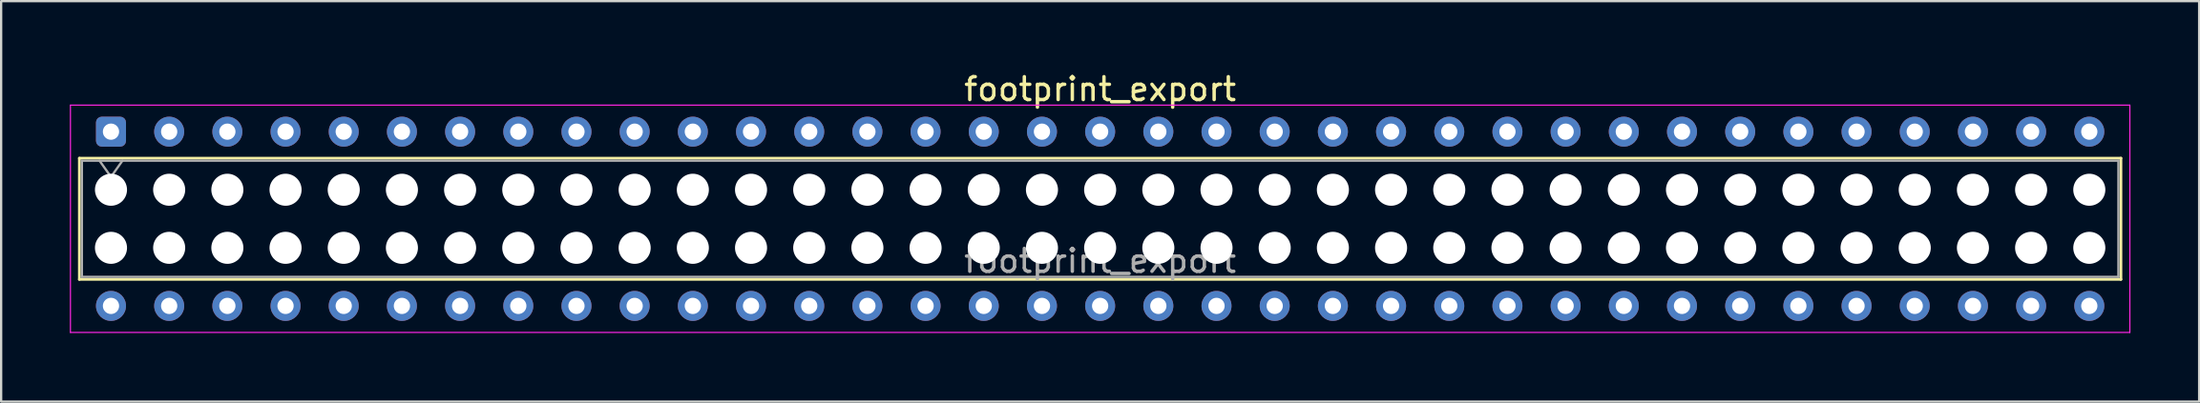
<source format=kicad_pcb>
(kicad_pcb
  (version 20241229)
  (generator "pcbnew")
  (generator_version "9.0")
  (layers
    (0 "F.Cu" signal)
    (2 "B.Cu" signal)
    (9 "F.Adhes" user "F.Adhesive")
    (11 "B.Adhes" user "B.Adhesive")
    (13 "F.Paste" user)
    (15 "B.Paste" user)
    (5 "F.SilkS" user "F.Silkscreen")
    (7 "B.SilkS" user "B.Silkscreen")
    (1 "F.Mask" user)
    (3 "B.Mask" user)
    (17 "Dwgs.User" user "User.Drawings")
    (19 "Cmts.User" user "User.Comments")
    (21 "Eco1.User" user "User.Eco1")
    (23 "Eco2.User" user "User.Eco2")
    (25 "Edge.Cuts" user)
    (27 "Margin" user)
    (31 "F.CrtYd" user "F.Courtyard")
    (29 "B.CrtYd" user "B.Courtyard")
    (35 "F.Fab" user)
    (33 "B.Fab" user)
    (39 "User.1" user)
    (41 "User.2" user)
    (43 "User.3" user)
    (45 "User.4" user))
  (footprint "footprint_export"
    (layer "F.Cu")
    (at 1.795 2.708)
    (property "Reference" "footprint_export" (at 43.18 -1.86 0) (layer "F.SilkS") (effects (font (size 1 1) (thickness 0.15))))
    (attr through_hole)
    (fp_line (start -1.38 1.16) (end 87.74 1.16) (stroke (width 0.12) (type solid)) (layer "F.SilkS"))
    (fp_line (start -1.38 6.46) (end -1.38 1.16) (stroke (width 0.12) (type solid)) (layer "F.SilkS"))
    (fp_line (start 87.74 1.16) (end 87.74 6.46) (stroke (width 0.12) (type solid)) (layer "F.SilkS"))
    (fp_line (start 87.74 6.46) (end -1.38 6.46) (stroke (width 0.12) (type solid)) (layer "F.SilkS"))
    (fp_line (start -1.77 -1.16) (end 88.13 -1.16) (stroke (width 0.05) (type solid)) (layer "F.CrtYd"))
    (fp_line (start -1.77 8.78) (end -1.77 -1.16) (stroke (width 0.05) (type solid)) (layer "F.CrtYd"))
    (fp_line (start 88.13 -1.16) (end 88.13 8.78) (stroke (width 0.05) (type solid)) (layer "F.CrtYd"))
    (fp_line (start 88.13 8.78) (end -1.77 8.78) (stroke (width 0.05) (type solid)) (layer "F.CrtYd"))
    (fp_line (start -1.27 1.27) (end 87.63 1.27) (stroke (width 0.1) (type solid)) (layer "F.Fab"))
    (fp_line (start -1.27 6.35) (end -1.27 1.27) (stroke (width 0.1) (type solid)) (layer "F.Fab"))
    (fp_line (start -0.5 1.27) (end 0 1.977) (stroke (width 0.1) (type solid)) (layer "F.Fab"))
    (fp_line (start 0 1.977) (end 0.5 1.27) (stroke (width 0.1) (type solid)) (layer "F.Fab"))
    (fp_line (start 87.63 1.27) (end 87.63 6.35) (stroke (width 0.1) (type solid)) (layer "F.Fab"))
    (fp_line (start 87.63 6.35) (end -1.27 6.35) (stroke (width 0.1) (type solid)) (layer "F.Fab"))
    (fp_text user "${REFERENCE}" (at 43.18 5.65 0) (layer "F.Fab") (effects (font (size 1 1) (thickness 0.15))))
    (pad "" np_thru_hole circle (at 0 2.54) (size 1.4 1.4) (drill 1.4) (layers "*.Cu" "*.Mask"))
    (pad "" np_thru_hole circle (at 0 5.08) (size 1.4 1.4) (drill 1.4) (layers "*.Cu" "*.Mask"))
    (pad "" np_thru_hole circle (at 2.54 2.54) (size 1.4 1.4) (drill 1.4) (layers "*.Cu" "*.Mask"))
    (pad "" np_thru_hole circle (at 2.54 5.08) (size 1.4 1.4) (drill 1.4) (layers "*.Cu" "*.Mask"))
    (pad "" np_thru_hole circle (at 5.08 2.54) (size 1.4 1.4) (drill 1.4) (layers "*.Cu" "*.Mask"))
    (pad "" np_thru_hole circle (at 5.08 5.08) (size 1.4 1.4) (drill 1.4) (layers "*.Cu" "*.Mask"))
    (pad "" np_thru_hole circle (at 7.62 2.54) (size 1.4 1.4) (drill 1.4) (layers "*.Cu" "*.Mask"))
    (pad "" np_thru_hole circle (at 7.62 5.08) (size 1.4 1.4) (drill 1.4) (layers "*.Cu" "*.Mask"))
    (pad "" np_thru_hole circle (at 10.16 2.54) (size 1.4 1.4) (drill 1.4) (layers "*.Cu" "*.Mask"))
    (pad "" np_thru_hole circle (at 10.16 5.08) (size 1.4 1.4) (drill 1.4) (layers "*.Cu" "*.Mask"))
    (pad "" np_thru_hole circle (at 12.7 2.54) (size 1.4 1.4) (drill 1.4) (layers "*.Cu" "*.Mask"))
    (pad "" np_thru_hole circle (at 12.7 5.08) (size 1.4 1.4) (drill 1.4) (layers "*.Cu" "*.Mask"))
    (pad "" np_thru_hole circle (at 15.24 2.54) (size 1.4 1.4) (drill 1.4) (layers "*.Cu" "*.Mask"))
    (pad "" np_thru_hole circle (at 15.24 5.08) (size 1.4 1.4) (drill 1.4) (layers "*.Cu" "*.Mask"))
    (pad "" np_thru_hole circle (at 17.78 2.54) (size 1.4 1.4) (drill 1.4) (layers "*.Cu" "*.Mask"))
    (pad "" np_thru_hole circle (at 17.78 5.08) (size 1.4 1.4) (drill 1.4) (layers "*.Cu" "*.Mask"))
    (pad "" np_thru_hole circle (at 20.32 2.54) (size 1.4 1.4) (drill 1.4) (layers "*.Cu" "*.Mask"))
    (pad "" np_thru_hole circle (at 20.32 5.08) (size 1.4 1.4) (drill 1.4) (layers "*.Cu" "*.Mask"))
    (pad "" np_thru_hole circle (at 22.86 2.54) (size 1.4 1.4) (drill 1.4) (layers "*.Cu" "*.Mask"))
    (pad "" np_thru_hole circle (at 22.86 5.08) (size 1.4 1.4) (drill 1.4) (layers "*.Cu" "*.Mask"))
    (pad "" np_thru_hole circle (at 25.4 2.54) (size 1.4 1.4) (drill 1.4) (layers "*.Cu" "*.Mask"))
    (pad "" np_thru_hole circle (at 25.4 5.08) (size 1.4 1.4) (drill 1.4) (layers "*.Cu" "*.Mask"))
    (pad "" np_thru_hole circle (at 27.94 2.54) (size 1.4 1.4) (drill 1.4) (layers "*.Cu" "*.Mask"))
    (pad "" np_thru_hole circle (at 27.94 5.08) (size 1.4 1.4) (drill 1.4) (layers "*.Cu" "*.Mask"))
    (pad "" np_thru_hole circle (at 30.48 2.54) (size 1.4 1.4) (drill 1.4) (layers "*.Cu" "*.Mask"))
    (pad "" np_thru_hole circle (at 30.48 5.08) (size 1.4 1.4) (drill 1.4) (layers "*.Cu" "*.Mask"))
    (pad "" np_thru_hole circle (at 33.02 2.54) (size 1.4 1.4) (drill 1.4) (layers "*.Cu" "*.Mask"))
    (pad "" np_thru_hole circle (at 33.02 5.08) (size 1.4 1.4) (drill 1.4) (layers "*.Cu" "*.Mask"))
    (pad "" np_thru_hole circle (at 35.56 2.54) (size 1.4 1.4) (drill 1.4) (layers "*.Cu" "*.Mask"))
    (pad "" np_thru_hole circle (at 35.56 5.08) (size 1.4 1.4) (drill 1.4) (layers "*.Cu" "*.Mask"))
    (pad "" np_thru_hole circle (at 38.1 2.54) (size 1.4 1.4) (drill 1.4) (layers "*.Cu" "*.Mask"))
    (pad "" np_thru_hole circle (at 38.1 5.08) (size 1.4 1.4) (drill 1.4) (layers "*.Cu" "*.Mask"))
    (pad "" np_thru_hole circle (at 40.64 2.54) (size 1.4 1.4) (drill 1.4) (layers "*.Cu" "*.Mask"))
    (pad "" np_thru_hole circle (at 40.64 5.08) (size 1.4 1.4) (drill 1.4) (layers "*.Cu" "*.Mask"))
    (pad "" np_thru_hole circle (at 43.18 2.54) (size 1.4 1.4) (drill 1.4) (layers "*.Cu" "*.Mask"))
    (pad "" np_thru_hole circle (at 43.18 5.08) (size 1.4 1.4) (drill 1.4) (layers "*.Cu" "*.Mask"))
    (pad "" np_thru_hole circle (at 45.72 2.54) (size 1.4 1.4) (drill 1.4) (layers "*.Cu" "*.Mask"))
    (pad "" np_thru_hole circle (at 45.72 5.08) (size 1.4 1.4) (drill 1.4) (layers "*.Cu" "*.Mask"))
    (pad "" np_thru_hole circle (at 48.26 2.54) (size 1.4 1.4) (drill 1.4) (layers "*.Cu" "*.Mask"))
    (pad "" np_thru_hole circle (at 48.26 5.08) (size 1.4 1.4) (drill 1.4) (layers "*.Cu" "*.Mask"))
    (pad "" np_thru_hole circle (at 50.8 2.54) (size 1.4 1.4) (drill 1.4) (layers "*.Cu" "*.Mask"))
    (pad "" np_thru_hole circle (at 50.8 5.08) (size 1.4 1.4) (drill 1.4) (layers "*.Cu" "*.Mask"))
    (pad "" np_thru_hole circle (at 53.34 2.54) (size 1.4 1.4) (drill 1.4) (layers "*.Cu" "*.Mask"))
    (pad "" np_thru_hole circle (at 53.34 5.08) (size 1.4 1.4) (drill 1.4) (layers "*.Cu" "*.Mask"))
    (pad "" np_thru_hole circle (at 55.88 2.54) (size 1.4 1.4) (drill 1.4) (layers "*.Cu" "*.Mask"))
    (pad "" np_thru_hole circle (at 55.88 5.08) (size 1.4 1.4) (drill 1.4) (layers "*.Cu" "*.Mask"))
    (pad "" np_thru_hole circle (at 58.42 2.54) (size 1.4 1.4) (drill 1.4) (layers "*.Cu" "*.Mask"))
    (pad "" np_thru_hole circle (at 58.42 5.08) (size 1.4 1.4) (drill 1.4) (layers "*.Cu" "*.Mask"))
    (pad "" np_thru_hole circle (at 60.96 2.54) (size 1.4 1.4) (drill 1.4) (layers "*.Cu" "*.Mask"))
    (pad "" np_thru_hole circle (at 60.96 5.08) (size 1.4 1.4) (drill 1.4) (layers "*.Cu" "*.Mask"))
    (pad "" np_thru_hole circle (at 63.5 2.54) (size 1.4 1.4) (drill 1.4) (layers "*.Cu" "*.Mask"))
    (pad "" np_thru_hole circle (at 63.5 5.08) (size 1.4 1.4) (drill 1.4) (layers "*.Cu" "*.Mask"))
    (pad "" np_thru_hole circle (at 66.04 2.54) (size 1.4 1.4) (drill 1.4) (layers "*.Cu" "*.Mask"))
    (pad "" np_thru_hole circle (at 66.04 5.08) (size 1.4 1.4) (drill 1.4) (layers "*.Cu" "*.Mask"))
    (pad "" np_thru_hole circle (at 68.58 2.54) (size 1.4 1.4) (drill 1.4) (layers "*.Cu" "*.Mask"))
    (pad "" np_thru_hole circle (at 68.58 5.08) (size 1.4 1.4) (drill 1.4) (layers "*.Cu" "*.Mask"))
    (pad "" np_thru_hole circle (at 71.12 2.54) (size 1.4 1.4) (drill 1.4) (layers "*.Cu" "*.Mask"))
    (pad "" np_thru_hole circle (at 71.12 5.08) (size 1.4 1.4) (drill 1.4) (layers "*.Cu" "*.Mask"))
    (pad "" np_thru_hole circle (at 73.66 2.54) (size 1.4 1.4) (drill 1.4) (layers "*.Cu" "*.Mask"))
    (pad "" np_thru_hole circle (at 73.66 5.08) (size 1.4 1.4) (drill 1.4) (layers "*.Cu" "*.Mask"))
    (pad "" np_thru_hole circle (at 76.2 2.54) (size 1.4 1.4) (drill 1.4) (layers "*.Cu" "*.Mask"))
    (pad "" np_thru_hole circle (at 76.2 5.08) (size 1.4 1.4) (drill 1.4) (layers "*.Cu" "*.Mask"))
    (pad "" np_thru_hole circle (at 78.74 2.54) (size 1.4 1.4) (drill 1.4) (layers "*.Cu" "*.Mask"))
    (pad "" np_thru_hole circle (at 78.74 5.08) (size 1.4 1.4) (drill 1.4) (layers "*.Cu" "*.Mask"))
    (pad "" np_thru_hole circle (at 81.28 2.54) (size 1.4 1.4) (drill 1.4) (layers "*.Cu" "*.Mask"))
    (pad "" np_thru_hole circle (at 81.28 5.08) (size 1.4 1.4) (drill 1.4) (layers "*.Cu" "*.Mask"))
    (pad "" np_thru_hole circle (at 83.82 2.54) (size 1.4 1.4) (drill 1.4) (layers "*.Cu" "*.Mask"))
    (pad "" np_thru_hole circle (at 83.82 5.08) (size 1.4 1.4) (drill 1.4) (layers "*.Cu" "*.Mask"))
    (pad "" np_thru_hole circle (at 86.36 2.54) (size 1.4 1.4) (drill 1.4) (layers "*.Cu" "*.Mask"))
    (pad "" np_thru_hole circle (at 86.36 5.08) (size 1.4 1.4) (drill 1.4) (layers "*.Cu" "*.Mask"))
    (pad "1" thru_hole roundrect (at 0 0) (size 1.31 1.31) (drill 0.71) (layers "*.Cu" "*.Mask") (roundrect_rratio 0.191))
    (pad "2" thru_hole circle (at 0 7.62) (size 1.31 1.31) (drill 0.71) (layers "*.Cu" "*.Mask"))
    (pad "3" thru_hole circle (at 2.54 0) (size 1.31 1.31) (drill 0.71) (layers "*.Cu" "*.Mask"))
    (pad "4" thru_hole circle (at 2.54 7.62) (size 1.31 1.31) (drill 0.71) (layers "*.Cu" "*.Mask"))
    (pad "5" thru_hole circle (at 5.08 0) (size 1.31 1.31) (drill 0.71) (layers "*.Cu" "*.Mask"))
    (pad "6" thru_hole circle (at 5.08 7.62) (size 1.31 1.31) (drill 0.71) (layers "*.Cu" "*.Mask"))
    (pad "7" thru_hole circle (at 7.62 0) (size 1.31 1.31) (drill 0.71) (layers "*.Cu" "*.Mask"))
    (pad "8" thru_hole circle (at 7.62 7.62) (size 1.31 1.31) (drill 0.71) (layers "*.Cu" "*.Mask"))
    (pad "9" thru_hole circle (at 10.16 0) (size 1.31 1.31) (drill 0.71) (layers "*.Cu" "*.Mask"))
    (pad "10" thru_hole circle (at 10.16 7.62) (size 1.31 1.31) (drill 0.71) (layers "*.Cu" "*.Mask"))
    (pad "11" thru_hole circle (at 12.7 0) (size 1.31 1.31) (drill 0.71) (layers "*.Cu" "*.Mask"))
    (pad "12" thru_hole circle (at 12.7 7.62) (size 1.31 1.31) (drill 0.71) (layers "*.Cu" "*.Mask"))
    (pad "13" thru_hole circle (at 15.24 0) (size 1.31 1.31) (drill 0.71) (layers "*.Cu" "*.Mask"))
    (pad "14" thru_hole circle (at 15.24 7.62) (size 1.31 1.31) (drill 0.71) (layers "*.Cu" "*.Mask"))
    (pad "15" thru_hole circle (at 17.78 0) (size 1.31 1.31) (drill 0.71) (layers "*.Cu" "*.Mask"))
    (pad "16" thru_hole circle (at 17.78 7.62) (size 1.31 1.31) (drill 0.71) (layers "*.Cu" "*.Mask"))
    (pad "17" thru_hole circle (at 20.32 0) (size 1.31 1.31) (drill 0.71) (layers "*.Cu" "*.Mask"))
    (pad "18" thru_hole circle (at 20.32 7.62) (size 1.31 1.31) (drill 0.71) (layers "*.Cu" "*.Mask"))
    (pad "19" thru_hole circle (at 22.86 0) (size 1.31 1.31) (drill 0.71) (layers "*.Cu" "*.Mask"))
    (pad "20" thru_hole circle (at 22.86 7.62) (size 1.31 1.31) (drill 0.71) (layers "*.Cu" "*.Mask"))
    (pad "21" thru_hole circle (at 25.4 0) (size 1.31 1.31) (drill 0.71) (layers "*.Cu" "*.Mask"))
    (pad "22" thru_hole circle (at 25.4 7.62) (size 1.31 1.31) (drill 0.71) (layers "*.Cu" "*.Mask"))
    (pad "23" thru_hole circle (at 27.94 0) (size 1.31 1.31) (drill 0.71) (layers "*.Cu" "*.Mask"))
    (pad "24" thru_hole circle (at 27.94 7.62) (size 1.31 1.31) (drill 0.71) (layers "*.Cu" "*.Mask"))
    (pad "25" thru_hole circle (at 30.48 0) (size 1.31 1.31) (drill 0.71) (layers "*.Cu" "*.Mask"))
    (pad "26" thru_hole circle (at 30.48 7.62) (size 1.31 1.31) (drill 0.71) (layers "*.Cu" "*.Mask"))
    (pad "27" thru_hole circle (at 33.02 0) (size 1.31 1.31) (drill 0.71) (layers "*.Cu" "*.Mask"))
    (pad "28" thru_hole circle (at 33.02 7.62) (size 1.31 1.31) (drill 0.71) (layers "*.Cu" "*.Mask"))
    (pad "29" thru_hole circle (at 35.56 0) (size 1.31 1.31) (drill 0.71) (layers "*.Cu" "*.Mask"))
    (pad "30" thru_hole circle (at 35.56 7.62) (size 1.31 1.31) (drill 0.71) (layers "*.Cu" "*.Mask"))
    (pad "31" thru_hole circle (at 38.1 0) (size 1.31 1.31) (drill 0.71) (layers "*.Cu" "*.Mask"))
    (pad "32" thru_hole circle (at 38.1 7.62) (size 1.31 1.31) (drill 0.71) (layers "*.Cu" "*.Mask"))
    (pad "33" thru_hole circle (at 40.64 0) (size 1.31 1.31) (drill 0.71) (layers "*.Cu" "*.Mask"))
    (pad "34" thru_hole circle (at 40.64 7.62) (size 1.31 1.31) (drill 0.71) (layers "*.Cu" "*.Mask"))
    (pad "35" thru_hole circle (at 43.18 0) (size 1.31 1.31) (drill 0.71) (layers "*.Cu" "*.Mask"))
    (pad "36" thru_hole circle (at 43.18 7.62) (size 1.31 1.31) (drill 0.71) (layers "*.Cu" "*.Mask"))
    (pad "37" thru_hole circle (at 45.72 0) (size 1.31 1.31) (drill 0.71) (layers "*.Cu" "*.Mask"))
    (pad "38" thru_hole circle (at 45.72 7.62) (size 1.31 1.31) (drill 0.71) (layers "*.Cu" "*.Mask"))
    (pad "39" thru_hole circle (at 48.26 0) (size 1.31 1.31) (drill 0.71) (layers "*.Cu" "*.Mask"))
    (pad "40" thru_hole circle (at 48.26 7.62) (size 1.31 1.31) (drill 0.71) (layers "*.Cu" "*.Mask"))
    (pad "41" thru_hole circle (at 50.8 0) (size 1.31 1.31) (drill 0.71) (layers "*.Cu" "*.Mask"))
    (pad "42" thru_hole circle (at 50.8 7.62) (size 1.31 1.31) (drill 0.71) (layers "*.Cu" "*.Mask"))
    (pad "43" thru_hole circle (at 53.34 0) (size 1.31 1.31) (drill 0.71) (layers "*.Cu" "*.Mask"))
    (pad "44" thru_hole circle (at 53.34 7.62) (size 1.31 1.31) (drill 0.71) (layers "*.Cu" "*.Mask"))
    (pad "45" thru_hole circle (at 55.88 0) (size 1.31 1.31) (drill 0.71) (layers "*.Cu" "*.Mask"))
    (pad "46" thru_hole circle (at 55.88 7.62) (size 1.31 1.31) (drill 0.71) (layers "*.Cu" "*.Mask"))
    (pad "47" thru_hole circle (at 58.42 0) (size 1.31 1.31) (drill 0.71) (layers "*.Cu" "*.Mask"))
    (pad "48" thru_hole circle (at 58.42 7.62) (size 1.31 1.31) (drill 0.71) (layers "*.Cu" "*.Mask"))
    (pad "49" thru_hole circle (at 60.96 0) (size 1.31 1.31) (drill 0.71) (layers "*.Cu" "*.Mask"))
    (pad "50" thru_hole circle (at 60.96 7.62) (size 1.31 1.31) (drill 0.71) (layers "*.Cu" "*.Mask"))
    (pad "51" thru_hole circle (at 63.5 0) (size 1.31 1.31) (drill 0.71) (layers "*.Cu" "*.Mask"))
    (pad "52" thru_hole circle (at 63.5 7.62) (size 1.31 1.31) (drill 0.71) (layers "*.Cu" "*.Mask"))
    (pad "53" thru_hole circle (at 66.04 0) (size 1.31 1.31) (drill 0.71) (layers "*.Cu" "*.Mask"))
    (pad "54" thru_hole circle (at 66.04 7.62) (size 1.31 1.31) (drill 0.71) (layers "*.Cu" "*.Mask"))
    (pad "55" thru_hole circle (at 68.58 0) (size 1.31 1.31) (drill 0.71) (layers "*.Cu" "*.Mask"))
    (pad "56" thru_hole circle (at 68.58 7.62) (size 1.31 1.31) (drill 0.71) (layers "*.Cu" "*.Mask"))
    (pad "57" thru_hole circle (at 71.12 0) (size 1.31 1.31) (drill 0.71) (layers "*.Cu" "*.Mask"))
    (pad "58" thru_hole circle (at 71.12 7.62) (size 1.31 1.31) (drill 0.71) (layers "*.Cu" "*.Mask"))
    (pad "59" thru_hole circle (at 73.66 0) (size 1.31 1.31) (drill 0.71) (layers "*.Cu" "*.Mask"))
    (pad "60" thru_hole circle (at 73.66 7.62) (size 1.31 1.31) (drill 0.71) (layers "*.Cu" "*.Mask"))
    (pad "61" thru_hole circle (at 76.2 0) (size 1.31 1.31) (drill 0.71) (layers "*.Cu" "*.Mask"))
    (pad "62" thru_hole circle (at 76.2 7.62) (size 1.31 1.31) (drill 0.71) (layers "*.Cu" "*.Mask"))
    (pad "63" thru_hole circle (at 78.74 0) (size 1.31 1.31) (drill 0.71) (layers "*.Cu" "*.Mask"))
    (pad "64" thru_hole circle (at 78.74 7.62) (size 1.31 1.31) (drill 0.71) (layers "*.Cu" "*.Mask"))
    (pad "65" thru_hole circle (at 81.28 0) (size 1.31 1.31) (drill 0.71) (layers "*.Cu" "*.Mask"))
    (pad "66" thru_hole circle (at 81.28 7.62) (size 1.31 1.31) (drill 0.71) (layers "*.Cu" "*.Mask"))
    (pad "67" thru_hole circle (at 83.82 0) (size 1.31 1.31) (drill 0.71) (layers "*.Cu" "*.Mask"))
    (pad "68" thru_hole circle (at 83.82 7.62) (size 1.31 1.31) (drill 0.71) (layers "*.Cu" "*.Mask"))
    (pad "69" thru_hole circle (at 86.36 0) (size 1.31 1.31) (drill 0.71) (layers "*.Cu" "*.Mask"))
    (pad "70" thru_hole circle (at 86.36 7.62) (size 1.31 1.31) (drill 0.71) (layers "*.Cu" "*.Mask")))
  (gr_rect
    (start -3 -3)
    (end 92.95 14.513)
    (stroke (width 0.1) (type default))
    (fill no)
    (layer "Edge.Cuts")))
</source>
